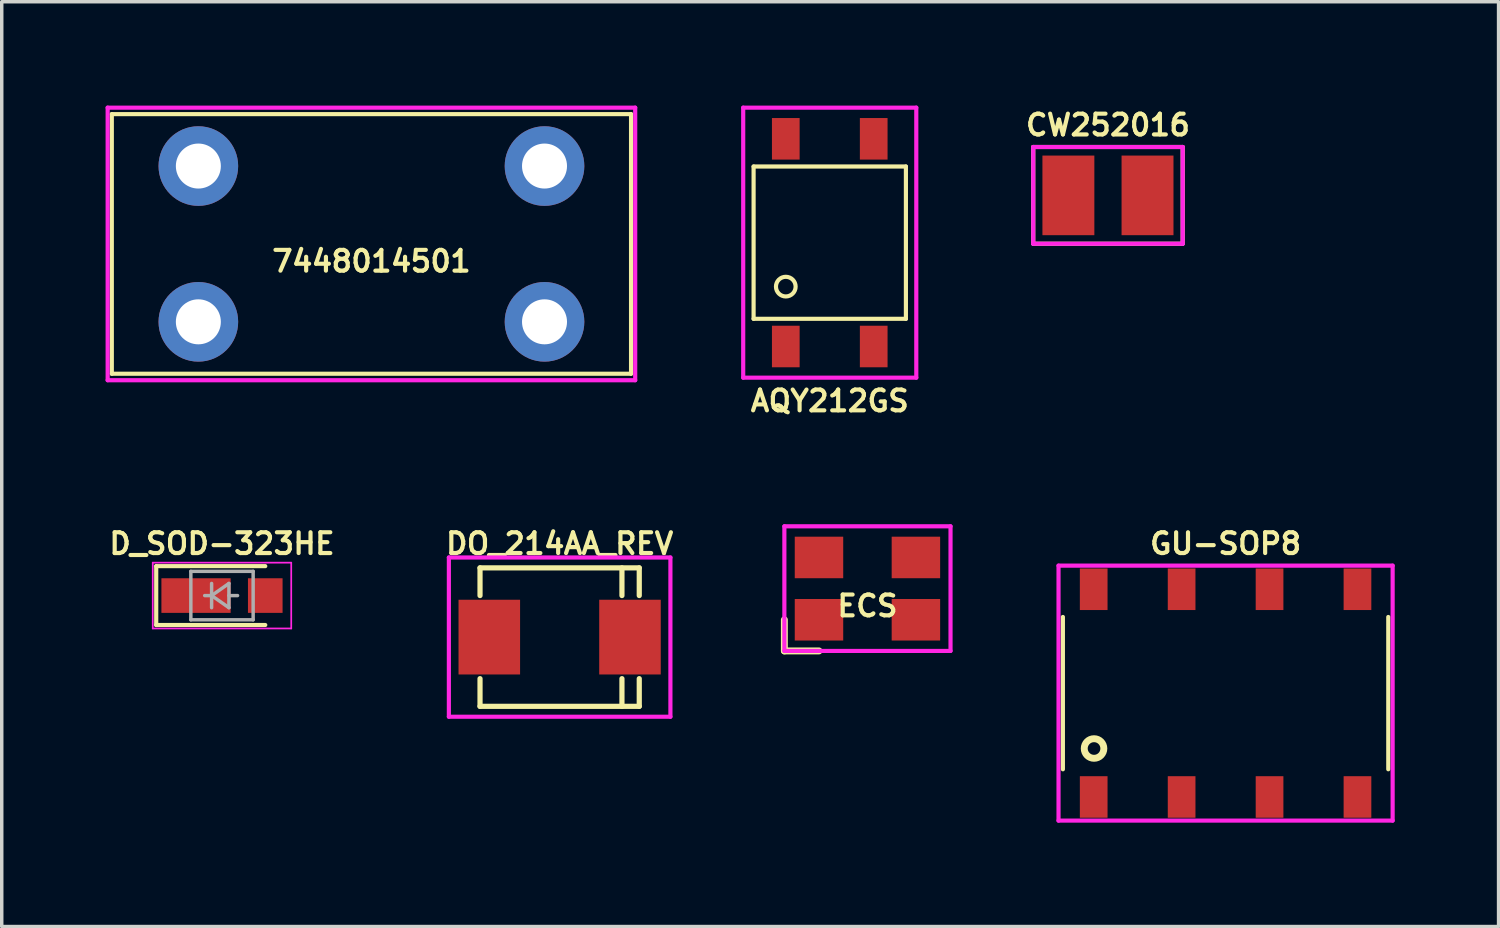
<source format=kicad_pcb>
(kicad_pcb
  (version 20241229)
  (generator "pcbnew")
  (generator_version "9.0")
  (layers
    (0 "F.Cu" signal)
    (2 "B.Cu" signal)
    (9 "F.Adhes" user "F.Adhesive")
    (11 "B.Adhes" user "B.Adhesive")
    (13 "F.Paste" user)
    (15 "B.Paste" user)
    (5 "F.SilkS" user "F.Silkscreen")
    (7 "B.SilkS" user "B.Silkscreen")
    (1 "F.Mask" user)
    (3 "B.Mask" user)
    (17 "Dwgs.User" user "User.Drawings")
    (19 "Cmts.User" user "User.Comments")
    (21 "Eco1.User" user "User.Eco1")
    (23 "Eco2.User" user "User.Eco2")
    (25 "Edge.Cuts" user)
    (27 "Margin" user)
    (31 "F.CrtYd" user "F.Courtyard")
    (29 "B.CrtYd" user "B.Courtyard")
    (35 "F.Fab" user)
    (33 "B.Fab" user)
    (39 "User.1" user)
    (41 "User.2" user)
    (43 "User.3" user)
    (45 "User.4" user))
  (footprint "ECS"
    (layer "F.Cu")
    (at 22.009 13.954)
    (property "Reference" "ECS" (at 0 0.5 0) (layer "F.SilkS") (effects (font (size 0.6 0.6) (thickness 0.12))))
    (attr through_hole)
    (fp_line (start -2.4 0.9) (end -2.4 1.8) (stroke (width 0.2) (type solid)) (layer "F.SilkS"))
    (fp_line (start -2.4 1.8) (end -1.4 1.8) (stroke (width 0.2) (type solid)) (layer "F.SilkS"))
    (fp_line (start -2.4 -1.8) (end -2.4 1.8) (stroke (width 0.12) (type solid)) (layer "F.CrtYd"))
    (fp_line (start -2.4 1.8) (end 2.4 1.8) (stroke (width 0.12) (type solid)) (layer "F.CrtYd"))
    (fp_line (start 2.4 -1.8) (end -2.4 -1.8) (stroke (width 0.12) (type solid)) (layer "F.CrtYd"))
    (fp_line (start 2.4 1.8) (end 2.4 -1.8) (stroke (width 0.12) (type solid)) (layer "F.CrtYd"))
    (pad "1" smd rect (at -1.4 0.9) (size 1.4 1.2) (layers "F.Cu" "F.Mask" "F.Paste"))
    (pad "2" smd rect (at 1.4 0.9) (size 1.4 1.2) (layers "F.Cu" "F.Mask" "F.Paste"))
    (pad "3" smd rect (at 1.4 -0.9) (size 1.4 1.2) (layers "F.Cu" "F.Mask" "F.Paste"))
    (pad "4" smd rect (at -1.4 -0.9) (size 1.4 1.2) (layers "F.Cu" "F.Mask" "F.Paste")))
  (footprint "AQY212GS"
    (layer "F.Cu")
    (at 20.92 3.96)
    (property "Reference" "AQY212GS" (at 0 4.572 0) (layer "F.SilkS") (effects (font (size 0.6 0.6) (thickness 0.12))))
    (attr through_hole)
    (fp_line (start -2.2 -2.2) (end -2.2 2.2) (stroke (width 0.12) (type solid)) (layer "F.SilkS"))
    (fp_line (start -2.2 2.2) (end 2.2 2.2) (stroke (width 0.12) (type solid)) (layer "F.SilkS"))
    (fp_line (start 2.2 -2.2) (end -2.2 -2.2) (stroke (width 0.12) (type solid)) (layer "F.SilkS"))
    (fp_line (start 2.2 2.2) (end 2.2 -2.2) (stroke (width 0.12) (type solid)) (layer "F.SilkS"))
    (fp_circle (center -1.27 1.27) (end -1.524 1.143) (stroke (width 0.12) (type solid)) (fill no) (layer "F.SilkS"))
    (fp_line (start -2.5 -3.9) (end 2.5 -3.9) (stroke (width 0.12) (type solid)) (layer "F.CrtYd"))
    (fp_line (start -2.5 3.9) (end -2.5 -3.9) (stroke (width 0.12) (type solid)) (layer "F.CrtYd"))
    (fp_line (start 2.5 -3.9) (end 2.5 3.9) (stroke (width 0.12) (type solid)) (layer "F.CrtYd"))
    (fp_line (start 2.5 3.9) (end -2.5 3.9) (stroke (width 0.12) (type solid)) (layer "F.CrtYd"))
    (pad "1" smd rect (at -1.27 3) (size 0.8 1.2) (layers "F.Cu" "F.Mask" "F.Paste"))
    (pad "2" smd rect (at 1.27 3) (size 0.8 1.2) (layers "F.Cu" "F.Mask" "F.Paste"))
    (pad "3" smd rect (at 1.27 -3) (size 0.8 1.2) (layers "F.Cu" "F.Mask" "F.Paste"))
    (pad "4" smd rect (at -1.27 -3) (size 0.8 1.2) (layers "F.Cu" "F.Mask" "F.Paste")))
  (footprint "GU-SOP8"
    (layer "F.Cu")
    (at 32.355 16.973)
    (property "Reference" "GU-SOP8" (at 0 -4.318 0) (layer "F.SilkS") (effects (font (size 0.6 0.6) (thickness 0.12))))
    (attr through_hole)
    (fp_line (start -4.7 -2.2) (end -4.7 2.2) (stroke (width 0.12) (type solid)) (layer "F.SilkS"))
    (fp_line (start 4.7 -2.2) (end 4.7 2.2) (stroke (width 0.12) (type solid)) (layer "F.SilkS"))
    (fp_circle (center -3.8 1.6) (end -3.517 1.6) (stroke (width 0.2) (type solid)) (fill no) (layer "F.SilkS"))
    (fp_line (start -4.826 -3.683) (end 4.826 -3.683) (stroke (width 0.12) (type solid)) (layer "F.CrtYd"))
    (fp_line (start -4.826 3.683) (end -4.826 -3.683) (stroke (width 0.12) (type solid)) (layer "F.CrtYd"))
    (fp_line (start 4.826 -3.683) (end 4.826 3.683) (stroke (width 0.12) (type solid)) (layer "F.CrtYd"))
    (fp_line (start 4.826 3.683) (end -4.826 3.683) (stroke (width 0.12) (type solid)) (layer "F.CrtYd"))
    (pad "1" smd rect (at -3.81 3) (size 0.8 1.2) (layers "F.Cu" "F.Mask" "F.Paste"))
    (pad "2" smd rect (at -1.27 3) (size 0.8 1.2) (layers "F.Cu" "F.Mask" "F.Paste"))
    (pad "3" smd rect (at 1.27 3) (size 0.8 1.2) (layers "F.Cu" "F.Mask" "F.Paste"))
    (pad "4" smd rect (at 3.81 3) (size 0.8 1.2) (layers "F.Cu" "F.Mask" "F.Paste"))
    (pad "5" smd rect (at 3.81 -3) (size 0.8 1.2) (layers "F.Cu" "F.Mask" "F.Paste"))
    (pad "6" smd rect (at 1.27 -3) (size 0.8 1.2) (layers "F.Cu" "F.Mask" "F.Paste"))
    (pad "7" smd rect (at -1.27 -3) (size 0.8 1.2) (layers "F.Cu" "F.Mask" "F.Paste"))
    (pad "8" smd rect (at -3.81 -3) (size 0.8 1.2) (layers "F.Cu" "F.Mask" "F.Paste")))
  (footprint "CW252016"
    (layer "F.Cu")
    (at 28.957 2.594)
    (property "Reference" "CW252016" (at 0 -2.032 0) (layer "F.SilkS") (effects (font (size 0.6 0.6) (thickness 0.12))))
    (attr through_hole)
    (fp_line (start -2.159 -1.397) (end 2.159 -1.397) (stroke (width 0.12) (type solid)) (layer "F.SilkS"))
    (fp_line (start -2.159 1.397) (end -2.159 -1.397) (stroke (width 0.12) (type solid)) (layer "F.SilkS"))
    (fp_line (start 2.159 -1.397) (end 2.159 1.397) (stroke (width 0.12) (type solid)) (layer "F.SilkS"))
    (fp_line (start 2.159 1.397) (end -2.159 1.397) (stroke (width 0.12) (type solid)) (layer "F.SilkS"))
    (fp_line (start -2.159 -1.397) (end 2.159 -1.397) (stroke (width 0.12) (type solid)) (layer "F.CrtYd"))
    (fp_line (start -2.159 1.397) (end -2.159 -1.397) (stroke (width 0.12) (type solid)) (layer "F.CrtYd"))
    (fp_line (start 2.159 -1.397) (end 2.159 1.397) (stroke (width 0.12) (type solid)) (layer "F.CrtYd"))
    (fp_line (start 2.159 1.397) (end -2.159 1.397) (stroke (width 0.12) (type solid)) (layer "F.CrtYd"))
    (pad "1" smd rect (at -1.143 0) (size 1.5 2.3) (layers "F.Cu" "F.Mask" "F.Paste"))
    (pad "2" smd rect (at 1.143 0) (size 1.5 2.3) (layers "F.Cu" "F.Mask" "F.Paste")))
  (footprint "DO_214AA_REV"
    (layer "F.Cu")
    (at 13.117 15.355)
    (property "Reference" "DO_214AA_REV" (at 0 -2.7 0) (layer "F.SilkS") (effects (font (size 0.6 0.6) (thickness 0.12))))
    (attr smd)
    (fp_line (start -2.3 -2) (end 2.3 -2) (stroke (width 0.15) (type solid)) (layer "F.SilkS"))
    (fp_line (start -2.3 -1.2) (end -2.3 -2) (stroke (width 0.15) (type solid)) (layer "F.SilkS"))
    (fp_line (start -2.3 1.2) (end -2.3 2) (stroke (width 0.15) (type solid)) (layer "F.SilkS"))
    (fp_line (start -2.3 2) (end 2.3 2) (stroke (width 0.15) (type solid)) (layer "F.SilkS"))
    (fp_line (start 1.8 -2) (end 1.8 -1.2) (stroke (width 0.15) (type solid)) (layer "F.SilkS"))
    (fp_line (start 1.8 2) (end 1.8 1.2) (stroke (width 0.15) (type solid)) (layer "F.SilkS"))
    (fp_line (start 2.3 -2) (end 2.3 -1.2) (stroke (width 0.15) (type solid)) (layer "F.SilkS"))
    (fp_line (start 2.3 2) (end 2.3 1.2) (stroke (width 0.15) (type solid)) (layer "F.SilkS"))
    (fp_line (start -3.2 -2.3) (end 3.2 -2.3) (stroke (width 0.12) (type solid)) (layer "F.CrtYd"))
    (fp_line (start -3.2 2.3) (end -3.2 -2.3) (stroke (width 0.12) (type solid)) (layer "F.CrtYd"))
    (fp_line (start 3.2 -2.3) (end 3.2 2.3) (stroke (width 0.12) (type solid)) (layer "F.CrtYd"))
    (fp_line (start 3.2 2.3) (end -3.2 2.3) (stroke (width 0.12) (type solid)) (layer "F.CrtYd"))
    (pad "1" smd rect (at 2.032 0) (size 1.778 2.159) (layers "F.Cu" "F.Mask" "F.Paste"))
    (pad "2" smd rect (at -2.032 0) (size 1.778 2.159) (layers "F.Cu" "F.Mask" "F.Paste")))
  (footprint "D_SOD-323HE"
    (layer "F.Cu")
    (at 3.363 14.155)
    (property "Reference" "D_SOD-323HE" (at 0 -1.5 0) (layer "F.SilkS") (effects (font (size 0.6 0.6) (thickness 0.12))))
    (attr smd)
    (fp_line (start -1.9 -0.85) (end -1.9 0.85) (stroke (width 0.12) (type solid)) (layer "F.SilkS"))
    (fp_line (start -1.9 -0.85) (end 1.25 -0.85) (stroke (width 0.12) (type solid)) (layer "F.SilkS"))
    (fp_line (start -1.9 0.85) (end 1.25 0.85) (stroke (width 0.12) (type solid)) (layer "F.SilkS"))
    (fp_line (start -2 -0.95) (end -2 0.95) (stroke (width 0.05) (type solid)) (layer "F.CrtYd"))
    (fp_line (start -2 -0.95) (end 2 -0.95) (stroke (width 0.05) (type solid)) (layer "F.CrtYd"))
    (fp_line (start -2 0.95) (end 2 0.95) (stroke (width 0.05) (type solid)) (layer "F.CrtYd"))
    (fp_line (start 2 -0.95) (end 2 0.95) (stroke (width 0.05) (type solid)) (layer "F.CrtYd"))
    (fp_line (start -0.9 -0.7) (end 0.9 -0.7) (stroke (width 0.1) (type solid)) (layer "F.Fab"))
    (fp_line (start -0.9 0.7) (end -0.9 -0.7) (stroke (width 0.1) (type solid)) (layer "F.Fab"))
    (fp_line (start -0.3 -0.35) (end -0.3 0.35) (stroke (width 0.1) (type solid)) (layer "F.Fab"))
    (fp_line (start -0.3 0) (end -0.5 0) (stroke (width 0.1) (type solid)) (layer "F.Fab"))
    (fp_line (start -0.3 0) (end 0.2 -0.35) (stroke (width 0.1) (type solid)) (layer "F.Fab"))
    (fp_line (start 0.2 -0.35) (end 0.2 0.35) (stroke (width 0.1) (type solid)) (layer "F.Fab"))
    (fp_line (start 0.2 0) (end 0.45 0) (stroke (width 0.1) (type solid)) (layer "F.Fab"))
    (fp_line (start 0.2 0.35) (end -0.3 0) (stroke (width 0.1) (type solid)) (layer "F.Fab"))
    (fp_line (start 0.9 -0.7) (end 0.9 0.7) (stroke (width 0.1) (type solid)) (layer "F.Fab"))
    (fp_line (start 0.9 0.7) (end -0.9 0.7) (stroke (width 0.1) (type solid)) (layer "F.Fab"))
    (pad "1" smd rect (at -0.75 0) (size 2 1) (layers "F.Cu" "F.Mask" "F.Paste"))
    (pad "2" smd rect (at 1.25 0) (size 1 1) (layers "F.Cu" "F.Mask" "F.Paste")))
  (footprint "7448014501"
    (layer "F.Cu")
    (at 7.68 3.997)
    (property "Reference" "7448014501" (at 0 0.5 0) (layer "F.SilkS") (effects (font (size 0.6 0.6) (thickness 0.12))))
    (attr through_hole)
    (fp_line (start -7.5 -3.75) (end 7.5 -3.75) (stroke (width 0.12) (type solid)) (layer "F.SilkS"))
    (fp_line (start -7.5 3.75) (end -7.5 -3.75) (stroke (width 0.12) (type solid)) (layer "F.SilkS"))
    (fp_line (start 7.5 -3.75) (end 7.5 3.75) (stroke (width 0.12) (type solid)) (layer "F.SilkS"))
    (fp_line (start 7.5 3.75) (end -7.5 3.75) (stroke (width 0.12) (type solid)) (layer "F.SilkS"))
    (fp_line (start -7.62 -3.937) (end 7.62 -3.937) (stroke (width 0.12) (type solid)) (layer "F.CrtYd"))
    (fp_line (start -7.62 3.937) (end -7.62 -3.937) (stroke (width 0.12) (type solid)) (layer "F.CrtYd"))
    (fp_line (start 7.62 -3.937) (end 7.62 3.937) (stroke (width 0.12) (type solid)) (layer "F.CrtYd"))
    (fp_line (start 7.62 3.937) (end -7.62 3.937) (stroke (width 0.12) (type solid)) (layer "F.CrtYd"))
    (pad "1" thru_hole circle (at 5 -2.25) (size 2.3 2.3) (drill 1.3) (layers "*.Cu" "*.Mask"))
    (pad "2" thru_hole circle (at -5 -2.25) (size 2.3 2.3) (drill 1.3) (layers "*.Cu" "*.Mask"))
    (pad "3" thru_hole circle (at -5 2.25) (size 2.3 2.3) (drill 1.3) (layers "*.Cu" "*.Mask"))
    (pad "4" thru_hole circle (at 5 2.25) (size 2.3 2.3) (drill 1.3) (layers "*.Cu" "*.Mask")))
  (gr_rect
    (start -3 -3)
    (end 40.241 23.716)
    (stroke (width 0.1) (type default))
    (fill no)
    (layer "Edge.Cuts")))
</source>
